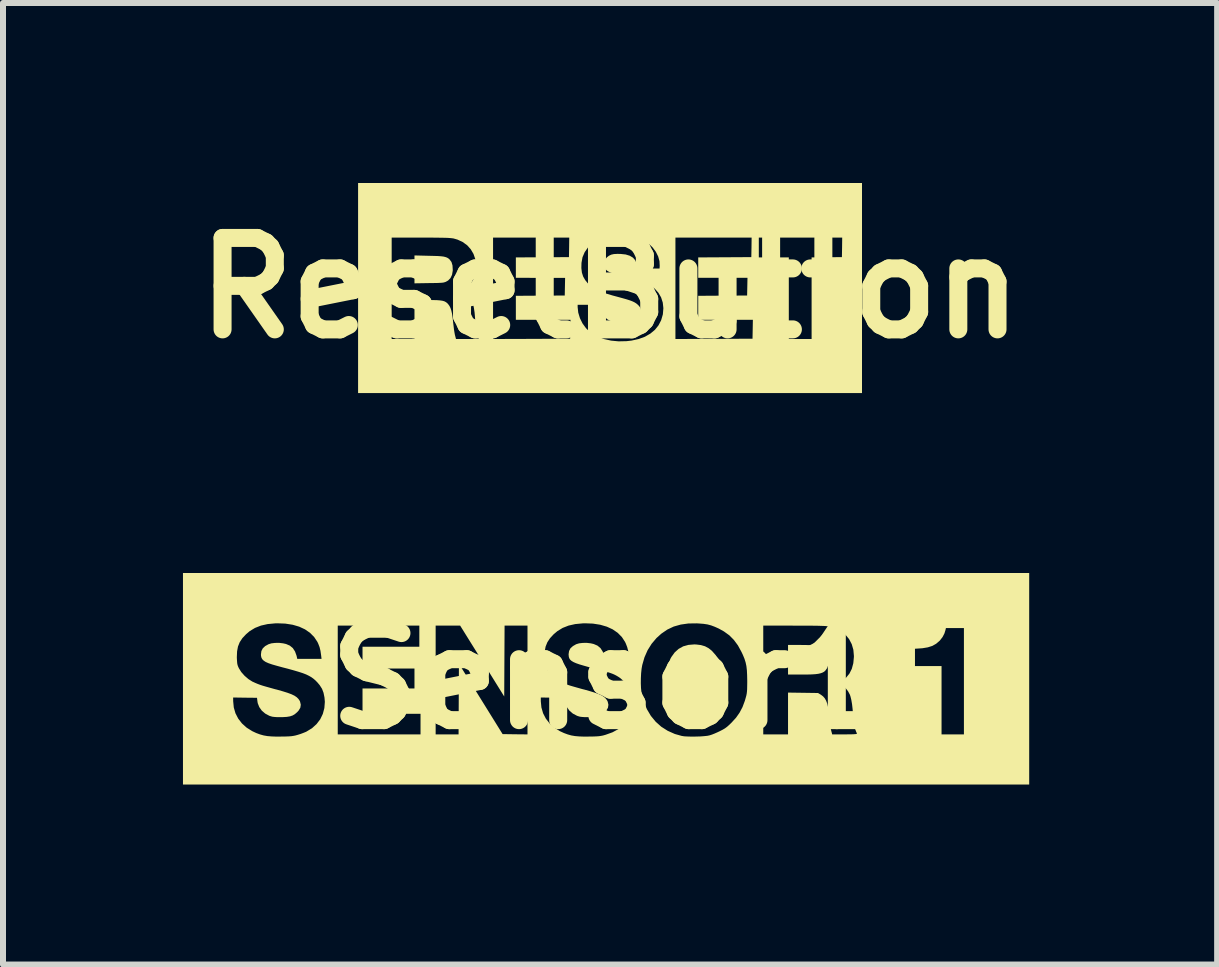
<source format=kicad_pcb>
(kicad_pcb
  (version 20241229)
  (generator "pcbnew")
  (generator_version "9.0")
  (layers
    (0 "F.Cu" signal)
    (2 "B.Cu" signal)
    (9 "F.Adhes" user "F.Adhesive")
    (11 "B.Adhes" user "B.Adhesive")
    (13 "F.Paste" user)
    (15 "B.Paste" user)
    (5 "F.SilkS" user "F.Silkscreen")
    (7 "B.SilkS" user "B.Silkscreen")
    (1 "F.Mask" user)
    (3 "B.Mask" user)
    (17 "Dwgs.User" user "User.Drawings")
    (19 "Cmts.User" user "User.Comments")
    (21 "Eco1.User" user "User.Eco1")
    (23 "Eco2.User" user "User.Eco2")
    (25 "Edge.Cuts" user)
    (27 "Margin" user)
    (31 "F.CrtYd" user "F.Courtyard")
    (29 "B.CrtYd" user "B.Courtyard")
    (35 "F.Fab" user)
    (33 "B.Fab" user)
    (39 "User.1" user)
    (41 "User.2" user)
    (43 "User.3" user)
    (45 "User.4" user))
  (footprint "ResetButton"
    (layer "F.Cu")
    (at 7.119 1.751)
    (property "Reference" "ResetButton" (at 0 0 0) (layer "F.SilkS") (effects (font (size 1.524 1.524) (thickness 0.3))))
    (attr board_only exclude_from_pos_files exclude_from_bom)
    (fp_poly (pts (xy -3.022 -0.537) (xy -2.937 -0.535) (xy -2.869 -0.533) (xy -2.816 -0.529) (xy -2.775 -0.524) (xy -2.743 -0.516) (xy -2.718 -0.507) (xy -2.697 -0.495) (xy -2.678 -0.479) (xy -2.674 -0.475) (xy -2.643 -0.433) (xy -2.626 -0.376) (xy -2.622 -0.306) (xy -2.622 -0.288) (xy -2.634 -0.22) (xy -2.659 -0.167) (xy -2.698 -0.126) (xy -2.727 -0.109) (xy -2.743 -0.101) (xy -2.759 -0.096) (xy -2.778 -0.091) (xy -2.802 -0.088) (xy -2.834 -0.086) (xy -2.878 -0.084) (xy -2.936 -0.083) (xy -3.011 -0.082) (xy -3.018 -0.082) (xy -3.26 -0.078) (xy -3.26 -0.543)) (stroke (width 0) (type solid)) (fill yes) (layer "F.SilkS"))
    (fp_poly (pts (xy 4.2 1.751) (xy -4.2 1.751) (xy -4.2 0.85) (xy -3.64 0.85) (xy -3.26 0.85) (xy -3.26 0.2) (xy -3.047 0.2) (xy -2.961 0.201) (xy -2.892 0.202) (xy -2.838 0.206) (xy -2.796 0.212) (xy -2.763 0.221) (xy -2.738 0.234) (xy -2.716 0.25) (xy -2.697 0.271) (xy -2.676 0.3) (xy -2.659 0.335) (xy -2.645 0.379) (xy -2.633 0.434) (xy -2.623 0.504) (xy -2.615 0.577) (xy -2.608 0.635) (xy -2.601 0.693) (xy -2.593 0.743) (xy -2.586 0.781) (xy -2.584 0.788) (xy -2.568 0.85) (xy -2.381 0.85) (xy -2.321 0.85) (xy -2.269 0.849) (xy -2.227 0.848) (xy -2.199 0.846) (xy -2.187 0.844) (xy -2.187 0.844) (xy -2.188 0.833) (xy -2.196 0.81) (xy -2.2 0.802) (xy -2.212 0.773) (xy -2.222 0.736) (xy -2.231 0.688) (xy -2.239 0.626) (xy -2.246 0.549) (xy -2.25 0.501) (xy -2.258 0.409) (xy -2.269 0.335) (xy -2.282 0.275) (xy -2.299 0.226) (xy -2.315 0.194) (xy -2.343 0.156) (xy -2.38 0.117) (xy -2.419 0.085) (xy -2.452 0.066) (xy -2.482 0.053) (xy -2.438 0.027) (xy -2.389 -0.009) (xy -2.34 -0.058) (xy -2.298 -0.111) (xy -2.274 -0.154) (xy -2.26 -0.192) (xy -2.247 -0.239) (xy -2.238 -0.286) (xy -2.238 -0.288) (xy -2.233 -0.387) (xy -2.246 -0.481) (xy -2.276 -0.568) (xy -2.322 -0.646) (xy -2.382 -0.713) (xy -2.457 -0.767) (xy -2.543 -0.807) (xy -2.609 -0.826) (xy -2.63 -0.829) (xy -2.657 -0.832) (xy -2.694 -0.835) (xy -2.742 -0.837) (xy -2.801 -0.838) (xy -2.874 -0.839) (xy -2.963 -0.84) (xy -3.069 -0.84) (xy -3.158 -0.84) (xy -3.64 -0.84) (xy -1.95 -0.84) (xy -1.95 0.85) (xy -1.308 0.848) (xy -0.665 0.845) (xy -0.662 0.688) (xy -0.659 0.53) (xy -1.57 0.53) (xy -1.57 0.28) (xy -0.54 0.28) (xy -0.54 0.318) (xy -0.53 0.41) (xy -0.502 0.503) (xy -0.459 0.59) (xy -0.402 0.668) (xy -0.381 0.69) (xy -0.3 0.757) (xy -0.205 0.811) (xy -0.099 0.851) (xy 0.018 0.877) (xy 0.143 0.889) (xy 0.275 0.886) (xy 0.361 0.876) (xy 0.478 0.85) (xy 0.582 0.812) (xy 0.672 0.76) (xy 0.748 0.697) (xy 0.808 0.622) (xy 0.852 0.537) (xy 0.88 0.441) (xy 0.881 0.435) (xy 0.889 0.336) (xy 0.879 0.243) (xy 0.851 0.156) (xy 0.806 0.079) (xy 0.752 0.018) (xy 0.715 -0.014) (xy 0.675 -0.041) (xy 0.631 -0.066) (xy 0.579 -0.089) (xy 0.516 -0.112) (xy 0.44 -0.135) (xy 0.348 -0.16) (xy 0.314 -0.169) (xy 0.221 -0.194) (xy 0.145 -0.215) (xy 0.084 -0.232) (xy 0.036 -0.248) (xy -0.001 -0.262) (xy -0.029 -0.276) (xy -0.05 -0.289) (xy -0.062 -0.299) (xy -0.091 -0.337) (xy -0.103 -0.382) (xy -0.1 -0.431) (xy -0.08 -0.477) (xy -0.052 -0.512) (xy -0.018 -0.538) (xy 0.02 -0.556) (xy 0.065 -0.566) (xy 0.123 -0.569) (xy 0.175 -0.568) (xy 0.26 -0.559) (xy 0.329 -0.538) (xy 0.382 -0.506) (xy 0.42 -0.463) (xy 0.439 -0.417) (xy 0.449 -0.385) (xy 0.457 -0.356) (xy 0.458 -0.35) (xy 0.465 -0.325) (xy 0.825 -0.325) (xy 0.828 -0.368) (xy 0.824 -0.448) (xy 0.802 -0.527) (xy 0.764 -0.603) (xy 0.712 -0.674) (xy 0.648 -0.736) (xy 0.573 -0.786) (xy 0.559 -0.793) (xy 0.459 -0.834) (xy 0.432 -0.84) (xy 1.09 -0.84) (xy 1.09 0.85) (xy 1.732 0.848) (xy 2.375 0.845) (xy 2.378 0.688) (xy 2.381 0.53) (xy 1.47 0.53) (xy 1.47 0.13) (xy 2.285 0.125) (xy 2.291 -0.17) (xy 1.47 -0.17) (xy 1.47 -0.51) (xy 2.355 -0.515) (xy 2.358 -0.678) (xy 2.36 -0.84) (xy 2.48 -0.84) (xy 2.48 -0.51) (xy 2.98 -0.51) (xy 2.98 0.85) (xy 3.36 0.85) (xy 3.36 -0.51) (xy 3.612 -0.513) (xy 3.865 -0.515) (xy 3.868 -0.678) (xy 3.87 -0.84) (xy 2.48 -0.84) (xy 2.36 -0.84) (xy 1.09 -0.84) (xy 0.432 -0.84) (xy 0.349 -0.861) (xy 0.233 -0.875) (xy 0.116 -0.875) (xy 0.002 -0.863) (xy -0.106 -0.837) (xy -0.204 -0.798) (xy -0.213 -0.793) (xy -0.301 -0.738) (xy -0.371 -0.672) (xy -0.423 -0.597) (xy -0.459 -0.513) (xy -0.476 -0.419) (xy -0.478 -0.333) (xy -0.469 -0.256) (xy -0.448 -0.191) (xy -0.414 -0.132) (xy -0.37 -0.078) (xy -0.334 -0.042) (xy -0.295 -0.01) (xy -0.249 0.018) (xy -0.194 0.045) (xy -0.129 0.071) (xy -0.05 0.097) (xy 0.044 0.125) (xy 0.115 0.144) (xy 0.203 0.168) (xy 0.274 0.188) (xy 0.331 0.206) (xy 0.375 0.223) (xy 0.41 0.24) (xy 0.437 0.257) (xy 0.46 0.276) (xy 0.48 0.296) (xy 0.497 0.318) (xy 0.506 0.336) (xy 0.51 0.358) (xy 0.508 0.392) (xy 0.508 0.398) (xy 0.505 0.434) (xy 0.499 0.458) (xy 0.486 0.478) (xy 0.463 0.5) (xy 0.456 0.507) (xy 0.41 0.541) (xy 0.359 0.565) (xy 0.297 0.579) (xy 0.223 0.584) (xy 0.2 0.585) (xy 0.105 0.578) (xy 0.024 0.557) (xy -0.044 0.523) (xy -0.097 0.476) (xy -0.135 0.415) (xy -0.145 0.391) (xy -0.154 0.356) (xy -0.16 0.322) (xy -0.16 0.314) (xy -0.16 0.28) (xy -0.54 0.28) (xy -1.57 0.28) (xy -1.57 0.13) (xy -0.755 0.125) (xy -0.749 -0.17) (xy -1.57 -0.17) (xy -1.57 -0.51) (xy -0.685 -0.515) (xy -0.682 -0.678) (xy -0.68 -0.84) (xy -1.95 -0.84) (xy -3.64 -0.84) (xy -3.64 0.85) (xy -4.2 0.85) (xy -4.2 -1.751) (xy 4.2 -1.751)) (stroke (width 0) (type solid)) (fill yes) (layer "F.SilkS")))
  (footprint "Sensor1"
    (layer "F.Cu")
    (at 7.053 8.265)
    (property "Reference" "Sensor1" (at 0 0 0) (layer "F.SilkS") (effects (font (size 1.524 1.524) (thickness 0.3))))
    (attr board_only exclude_from_pos_files exclude_from_bom)
    (fp_poly (pts (xy 3.232 -0.564) (xy 3.334 -0.563) (xy 3.419 -0.56) (xy 3.487 -0.555) (xy 3.543 -0.547) (xy 3.586 -0.535) (xy 3.621 -0.52) (xy 3.648 -0.5) (xy 3.67 -0.476) (xy 3.68 -0.461) (xy 3.704 -0.41) (xy 3.715 -0.352) (xy 3.715 -0.29) (xy 3.704 -0.23) (xy 3.684 -0.177) (xy 3.653 -0.134) (xy 3.633 -0.117) (xy 3.607 -0.103) (xy 3.576 -0.092) (xy 3.537 -0.083) (xy 3.489 -0.077) (xy 3.428 -0.073) (xy 3.352 -0.071) (xy 3.262 -0.071) (xy 3.033 -0.071) (xy 3.033 -0.564)) (stroke (width 0) (type solid)) (fill yes) (layer "F.SilkS"))
    (fp_poly (pts (xy 1.5 -0.572) (xy 1.581 -0.562) (xy 1.649 -0.542) (xy 1.709 -0.51) (xy 1.764 -0.466) (xy 1.83 -0.391) (xy 1.881 -0.303) (xy 1.917 -0.202) (xy 1.938 -0.089) (xy 1.943 0.037) (xy 1.942 0.072) (xy 1.935 0.16) (xy 1.922 0.235) (xy 1.902 0.302) (xy 1.874 0.367) (xy 1.872 0.372) (xy 1.82 0.454) (xy 1.756 0.521) (xy 1.682 0.571) (xy 1.598 0.605) (xy 1.506 0.621) (xy 1.407 0.618) (xy 1.376 0.614) (xy 1.3 0.592) (xy 1.226 0.552) (xy 1.158 0.499) (xy 1.102 0.435) (xy 1.079 0.398) (xy 1.037 0.306) (xy 1.01 0.202) (xy 0.995 0.092) (xy 0.994 -0.021) (xy 1.007 -0.132) (xy 1.033 -0.238) (xy 1.073 -0.335) (xy 1.089 -0.364) (xy 1.144 -0.44) (xy 1.21 -0.499) (xy 1.286 -0.541) (xy 1.373 -0.565) (xy 1.47 -0.573)) (stroke (width 0) (type solid)) (fill yes) (layer "F.SilkS"))
    (fp_poly (pts (xy 7.053 1.763) (xy -7.053 1.763) (xy -7.053 0.312) (xy -6.217 0.312) (xy -6.216 0.375) (xy -6.206 0.478) (xy -6.178 0.575) (xy -6.132 0.664) (xy -6.069 0.745) (xy -5.991 0.815) (xy -5.898 0.873) (xy -5.832 0.904) (xy -5.77 0.927) (xy -5.709 0.944) (xy -5.646 0.955) (xy -5.575 0.961) (xy -5.492 0.964) (xy -5.41 0.963) (xy -5.342 0.962) (xy -5.289 0.96) (xy -5.247 0.957) (xy -5.213 0.952) (xy -5.182 0.946) (xy -5.149 0.937) (xy -5.135 0.933) (xy -5.088 0.918) (xy -5.041 0.9) (xy -5.002 0.884) (xy -4.994 0.88) (xy -4.902 0.824) (xy -4.826 0.755) (xy -4.765 0.675) (xy -4.722 0.586) (xy -4.696 0.488) (xy -4.688 0.384) (xy -4.694 0.312) (xy -4.71 0.233) (xy -4.735 0.167) (xy -4.774 0.106) (xy -4.811 0.062) (xy -4.843 0.029) (xy -4.876 0.000172) (xy -4.912 -0.026) (xy -4.952 -0.049) (xy -4.999 -0.072) (xy -5.056 -0.094) (xy -5.124 -0.116) (xy -5.205 -0.14) (xy -5.302 -0.167) (xy -5.395 -0.191) (xy -5.49 -0.217) (xy -5.567 -0.239) (xy -5.628 -0.26) (xy -5.675 -0.281) (xy -5.708 -0.303) (xy -5.731 -0.326) (xy -5.745 -0.352) (xy -5.752 -0.382) (xy -5.753 -0.408) (xy -5.746 -0.462) (xy -5.723 -0.507) (xy -5.683 -0.545) (xy -5.627 -0.576) (xy -5.578 -0.591) (xy -5.517 -0.598) (xy -5.45 -0.599) (xy -5.384 -0.591) (xy -5.335 -0.58) (xy -5.272 -0.553) (xy -5.222 -0.512) (xy -5.185 -0.455) (xy -5.159 -0.383) (xy -5.154 -0.36) (xy -5.148 -0.332) (xy -4.743 -0.332) (xy -4.75 -0.39) (xy -4.761 -0.466) (xy -4.776 -0.528) (xy -4.798 -0.585) (xy -4.812 -0.615) (xy -4.866 -0.696) (xy -4.935 -0.766) (xy -5.019 -0.824) (xy -5.116 -0.869) (xy -5.177 -0.887) (xy -4.473 -0.887) (xy -4.473 0.927) (xy -3.093 0.927) (xy -3.093 0.584) (xy -4.06 0.584) (xy -4.06 0.161) (xy -3.194 0.161) (xy -3.194 -0.171) (xy -4.06 -0.171) (xy -4.06 -0.534) (xy -3.113 -0.534) (xy -3.113 -0.887) (xy -2.841 -0.887) (xy -2.841 0.927) (xy -2.459 0.927) (xy -2.456 0.338) (xy -2.453 -0.251) (xy -1.725 0.922) (xy -1.517 0.925) (xy -1.31 0.927) (xy -1.31 0.312) (xy -1.088 0.312) (xy -1.088 0.375) (xy -1.078 0.478) (xy -1.05 0.575) (xy -1.004 0.664) (xy -0.941 0.745) (xy -0.863 0.815) (xy -0.77 0.873) (xy -0.703 0.904) (xy -0.641 0.927) (xy -0.581 0.944) (xy -0.517 0.955) (xy -0.446 0.961) (xy -0.364 0.964) (xy -0.282 0.963) (xy -0.213 0.962) (xy -0.16 0.96) (xy -0.119 0.957) (xy -0.085 0.952) (xy -0.053 0.946) (xy -0.021 0.937) (xy -0.007 0.933) (xy 0.107 0.892) (xy 0.203 0.84) (xy 0.282 0.778) (xy 0.345 0.705) (xy 0.392 0.62) (xy 0.424 0.524) (xy 0.435 0.468) (xy 0.44 0.395) (xy 0.435 0.318) (xy 0.422 0.243) (xy 0.401 0.18) (xy 0.4 0.177) (xy 0.372 0.13) (xy 0.331 0.079) (xy 0.327 0.074) (xy 0.579 0.074) (xy 0.582 0.153) (xy 0.589 0.221) (xy 0.593 0.247) (xy 0.629 0.384) (xy 0.681 0.508) (xy 0.747 0.619) (xy 0.827 0.716) (xy 0.92 0.799) (xy 1.027 0.867) (xy 1.146 0.92) (xy 1.259 0.952) (xy 1.302 0.959) (xy 1.36 0.962) (xy 1.427 0.964) (xy 1.499 0.963) (xy 1.571 0.961) (xy 1.637 0.956) (xy 1.692 0.95) (xy 1.728 0.942) (xy 1.762 0.931) (xy 1.773 0.927) (xy 2.62 0.927) (xy 3.033 0.927) (xy 3.033 0.23) (xy 3.533 0.237) (xy 3.583 0.267) (xy 3.617 0.293) (xy 3.645 0.325) (xy 3.668 0.365) (xy 3.687 0.416) (xy 3.702 0.481) (xy 3.715 0.56) (xy 3.725 0.657) (xy 3.727 0.68) (xy 3.732 0.73) (xy 3.736 0.774) (xy 3.74 0.807) (xy 3.743 0.825) (xy 3.743 0.826) (xy 3.748 0.845) (xy 3.755 0.874) (xy 3.758 0.884) (xy 3.769 0.927) (xy 3.975 0.927) (xy 4.056 0.926) (xy 4.117 0.925) (xy 4.158 0.922) (xy 4.178 0.919) (xy 4.181 0.916) (xy 4.177 0.901) (xy 4.166 0.877) (xy 4.166 0.875) (xy 4.151 0.837) (xy 4.138 0.782) (xy 4.128 0.713) (xy 4.119 0.633) (xy 4.116 0.584) (xy 4.109 0.501) (xy 4.1 0.422) (xy 4.088 0.352) (xy 4.074 0.295) (xy 4.064 0.265) (xy 4.034 0.209) (xy 3.995 0.158) (xy 3.95 0.117) (xy 3.92 0.098) (xy 3.87 0.073) (xy 3.929 0.037) (xy 4 -0.018) (xy 4.056 -0.086) (xy 4.096 -0.166) (xy 4.121 -0.259) (xy 4.131 -0.365) (xy 4.131 -0.382) (xy 4.122 -0.484) (xy 4.117 -0.501) (xy 5.149 -0.501) (xy 5.149 -0.212) (xy 5.592 -0.212) (xy 5.592 0.927) (xy 5.965 0.927) (xy 5.965 -0.846) (xy 5.665 -0.846) (xy 5.658 -0.814) (xy 5.64 -0.756) (xy 5.609 -0.696) (xy 5.568 -0.643) (xy 5.559 -0.633) (xy 5.502 -0.584) (xy 5.438 -0.548) (xy 5.362 -0.524) (xy 5.272 -0.509) (xy 5.242 -0.507) (xy 5.149 -0.501) (xy 4.117 -0.501) (xy 4.095 -0.577) (xy 4.051 -0.661) (xy 3.991 -0.734) (xy 3.917 -0.795) (xy 3.866 -0.824) (xy 3.839 -0.837) (xy 3.814 -0.848) (xy 3.789 -0.857) (xy 3.761 -0.865) (xy 3.729 -0.871) (xy 3.692 -0.876) (xy 3.646 -0.88) (xy 3.591 -0.882) (xy 3.525 -0.884) (xy 3.446 -0.885) (xy 3.351 -0.886) (xy 3.24 -0.886) (xy 3.141 -0.886) (xy 2.62 -0.887) (xy 2.62 0.927) (xy 1.773 0.927) (xy 1.808 0.913) (xy 1.858 0.891) (xy 1.894 0.874) (xy 1.943 0.849) (xy 1.982 0.826) (xy 2.017 0.8) (xy 2.053 0.768) (xy 2.091 0.731) (xy 2.166 0.649) (xy 2.225 0.565) (xy 2.274 0.472) (xy 2.313 0.368) (xy 2.329 0.312) (xy 2.338 0.279) (xy 2.344 0.249) (xy 2.348 0.217) (xy 2.351 0.179) (xy 2.352 0.13) (xy 2.353 0.068) (xy 2.353 0.03) (xy 2.351 -0.064) (xy 2.347 -0.143) (xy 2.339 -0.212) (xy 2.326 -0.273) (xy 2.307 -0.334) (xy 2.281 -0.397) (xy 2.257 -0.448) (xy 2.198 -0.556) (xy 2.131 -0.647) (xy 2.055 -0.724) (xy 1.965 -0.789) (xy 1.879 -0.837) (xy 1.812 -0.867) (xy 1.751 -0.89) (xy 1.691 -0.906) (xy 1.624 -0.916) (xy 1.546 -0.922) (xy 1.511 -0.924) (xy 1.372 -0.922) (xy 1.245 -0.904) (xy 1.128 -0.871) (xy 1.02 -0.82) (xy 0.921 -0.752) (xy 0.841 -0.68) (xy 0.759 -0.583) (xy 0.692 -0.476) (xy 0.64 -0.358) (xy 0.603 -0.23) (xy 0.592 -0.168) (xy 0.584 -0.092) (xy 0.58 -0.01) (xy 0.579 0.074) (xy 0.327 0.074) (xy 0.283 0.029) (xy 0.233 -0.014) (xy 0.203 -0.034) (xy 0.171 -0.053) (xy 0.138 -0.07) (xy 0.103 -0.085) (xy 0.061 -0.1) (xy 0.011 -0.116) (xy -0.052 -0.133) (xy -0.13 -0.154) (xy -0.179 -0.167) (xy -0.285 -0.194) (xy -0.373 -0.219) (xy -0.444 -0.24) (xy -0.501 -0.26) (xy -0.544 -0.279) (xy -0.577 -0.299) (xy -0.599 -0.319) (xy -0.613 -0.341) (xy -0.621 -0.366) (xy -0.624 -0.395) (xy -0.625 -0.409) (xy -0.617 -0.463) (xy -0.594 -0.508) (xy -0.553 -0.545) (xy -0.499 -0.576) (xy -0.45 -0.591) (xy -0.389 -0.598) (xy -0.322 -0.599) (xy -0.255 -0.591) (xy -0.207 -0.58) (xy -0.144 -0.553) (xy -0.094 -0.512) (xy -0.057 -0.455) (xy -0.031 -0.383) (xy -0.025 -0.36) (xy -0.02 -0.332) (xy 0.385 -0.332) (xy 0.379 -0.39) (xy 0.368 -0.466) (xy 0.352 -0.528) (xy 0.33 -0.585) (xy 0.316 -0.615) (xy 0.263 -0.696) (xy 0.194 -0.766) (xy 0.11 -0.824) (xy 0.012 -0.869) (xy -0.098 -0.901) (xy -0.22 -0.92) (xy -0.352 -0.925) (xy -0.388 -0.924) (xy -0.514 -0.912) (xy -0.625 -0.887) (xy -0.724 -0.848) (xy -0.811 -0.795) (xy -0.874 -0.742) (xy -0.935 -0.676) (xy -0.979 -0.609) (xy -1.008 -0.537) (xy -1.023 -0.457) (xy -1.026 -0.363) (xy -1.026 -0.347) (xy -1.023 -0.295) (xy -1.019 -0.256) (xy -1.013 -0.226) (xy -1.003 -0.199) (xy -0.993 -0.175) (xy -0.953 -0.112) (xy -0.899 -0.051) (xy -0.836 0.004) (xy -0.768 0.046) (xy -0.756 0.052) (xy -0.718 0.069) (xy -0.681 0.085) (xy -0.641 0.1) (xy -0.595 0.115) (xy -0.54 0.131) (xy -0.473 0.15) (xy -0.391 0.173) (xy -0.358 0.181) (xy -0.26 0.209) (xy -0.18 0.234) (xy -0.116 0.258) (xy -0.066 0.282) (xy -0.028 0.308) (xy 0.000121 0.336) (xy 0.02 0.366) (xy 0.027 0.381) (xy 0.039 0.433) (xy 0.031 0.483) (xy 0.003 0.531) (xy -0.02 0.555) (xy -0.057 0.587) (xy -0.096 0.611) (xy -0.14 0.626) (xy -0.193 0.635) (xy -0.261 0.639) (xy -0.302 0.639) (xy -0.36 0.639) (xy -0.402 0.636) (xy -0.435 0.632) (xy -0.463 0.624) (xy -0.484 0.617) (xy -0.554 0.58) (xy -0.611 0.531) (xy -0.653 0.472) (xy -0.679 0.406) (xy -0.684 0.375) (xy -0.69 0.317) (xy -0.889 0.315) (xy -1.088 0.312) (xy -1.31 0.312) (xy -1.31 -0.887) (xy -1.692 -0.887) (xy -1.695 -0.296) (xy -1.698 0.295) (xy -2.065 -0.296) (xy -2.433 -0.887) (xy -2.841 -0.887) (xy -3.113 -0.887) (xy -4.473 -0.887) (xy -5.177 -0.887) (xy -5.226 -0.901) (xy -5.348 -0.92) (xy -5.481 -0.925) (xy -5.516 -0.924) (xy -5.642 -0.912) (xy -5.753 -0.887) (xy -5.852 -0.848) (xy -5.94 -0.795) (xy -6.002 -0.742) (xy -6.063 -0.677) (xy -6.107 -0.61) (xy -6.136 -0.538) (xy -6.151 -0.458) (xy -6.155 -0.364) (xy -6.155 -0.349) (xy -6.152 -0.297) (xy -6.149 -0.259) (xy -6.143 -0.229) (xy -6.133 -0.202) (xy -6.121 -0.176) (xy -6.081 -0.112) (xy -6.026 -0.05) (xy -5.962 0.005) (xy -5.894 0.048) (xy -5.884 0.052) (xy -5.847 0.069) (xy -5.809 0.085) (xy -5.769 0.1) (xy -5.724 0.115) (xy -5.669 0.131) (xy -5.601 0.15) (xy -5.519 0.173) (xy -5.486 0.181) (xy -5.388 0.209) (xy -5.308 0.234) (xy -5.244 0.258) (xy -5.194 0.282) (xy -5.156 0.308) (xy -5.128 0.336) (xy -5.108 0.366) (xy -5.101 0.381) (xy -5.089 0.433) (xy -5.097 0.483) (xy -5.126 0.531) (xy -5.148 0.555) (xy -5.185 0.587) (xy -5.224 0.611) (xy -5.268 0.626) (xy -5.322 0.635) (xy -5.389 0.639) (xy -5.431 0.639) (xy -5.488 0.639) (xy -5.53 0.636) (xy -5.563 0.632) (xy -5.591 0.624) (xy -5.613 0.617) (xy -5.682 0.58) (xy -5.739 0.531) (xy -5.781 0.472) (xy -5.807 0.406) (xy -5.812 0.375) (xy -5.819 0.317) (xy -6.018 0.315) (xy -6.217 0.312) (xy -7.053 0.312) (xy -7.053 -1.763) (xy 7.053 -1.763)) (stroke (width 0) (type solid)) (fill yes) (layer "F.SilkS")))
  (gr_rect
    (start -3 -3)
    (end 17.239 13.028)
    (stroke (width 0.1) (type default))
    (fill no)
    (layer "Edge.Cuts")))
</source>
